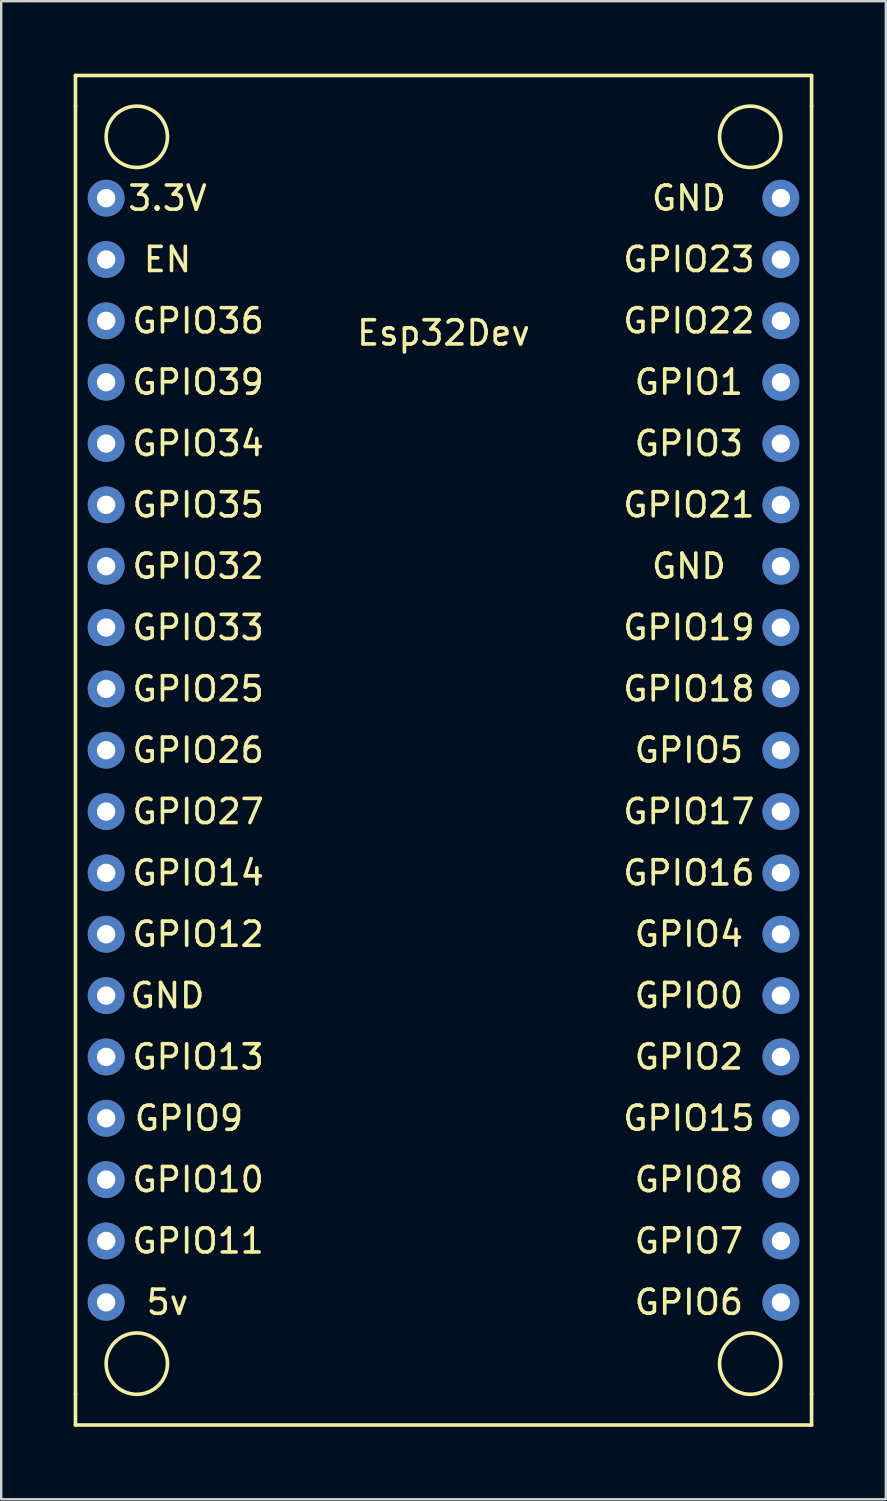
<source format=kicad_pcb>
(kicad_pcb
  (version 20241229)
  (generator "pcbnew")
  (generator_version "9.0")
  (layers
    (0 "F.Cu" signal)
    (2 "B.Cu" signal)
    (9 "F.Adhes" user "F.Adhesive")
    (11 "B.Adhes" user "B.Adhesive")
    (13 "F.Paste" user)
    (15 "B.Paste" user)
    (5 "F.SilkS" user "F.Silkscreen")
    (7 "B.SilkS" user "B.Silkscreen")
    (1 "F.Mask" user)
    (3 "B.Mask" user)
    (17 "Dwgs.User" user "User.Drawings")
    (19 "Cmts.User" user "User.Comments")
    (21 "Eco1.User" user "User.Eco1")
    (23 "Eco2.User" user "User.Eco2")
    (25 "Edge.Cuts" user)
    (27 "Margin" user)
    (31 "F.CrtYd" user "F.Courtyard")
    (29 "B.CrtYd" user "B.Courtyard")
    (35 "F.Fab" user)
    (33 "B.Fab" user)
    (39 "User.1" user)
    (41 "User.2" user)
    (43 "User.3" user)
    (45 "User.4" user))
  (footprint "Esp32Dev"
    (layer "F.Cu")
    (at 15.315 31.825)
    (property "Reference" "Esp32Dev" (at 0 -21.09 0) (layer "F.SilkS") (effects (font (size 1 1) (thickness 0.15))))
    (attr through_hole)
    (fp_line (start -15.24 -31.75) (end 15.24 -31.75) (stroke (width 0.15) (type solid)) (layer "F.SilkS"))
    (fp_line (start -15.24 -30.48) (end -15.24 -31.75) (stroke (width 0.15) (type solid)) (layer "F.SilkS"))
    (fp_line (start -15.24 22.86) (end -15.24 -30.48) (stroke (width 0.15) (type solid)) (layer "F.SilkS"))
    (fp_line (start -15.24 22.86) (end -15.24 24.13) (stroke (width 0.15) (type solid)) (layer "F.SilkS"))
    (fp_line (start -15.24 24.13) (end 15.24 24.13) (stroke (width 0.15) (type solid)) (layer "F.SilkS"))
    (fp_line (start 15.24 -31.75) (end 15.24 -30.48) (stroke (width 0.15) (type solid)) (layer "F.SilkS"))
    (fp_line (start 15.24 -30.48) (end 15.24 22.86) (stroke (width 0.15) (type solid)) (layer "F.SilkS"))
    (fp_line (start 15.24 24.13) (end 15.24 22.86) (stroke (width 0.15) (type solid)) (layer "F.SilkS"))
    (fp_circle (center -12.7 -29.21) (end -11.43 -29.21) (stroke (width 0.15) (type solid)) (fill no) (layer "F.SilkS"))
    (fp_circle (center -12.7 21.59) (end -11.43 21.59) (stroke (width 0.15) (type solid)) (fill no) (layer "F.SilkS"))
    (fp_circle (center 12.7 -29.21) (end 12.7 -27.94) (stroke (width 0.15) (type solid)) (fill no) (layer "F.SilkS"))
    (fp_circle (center 12.7 21.59) (end 13.97 21.59) (stroke (width 0.15) (type solid)) (fill no) (layer "F.SilkS"))
    (fp_text user "GPIO19" (at 10.16 -8.89 0) (layer "F.SilkS") (effects (font (size 1 1) (thickness 0.15))))
    (fp_text user "GPIO21" (at 10.16 -13.97 0) (layer "F.SilkS") (effects (font (size 1 1) (thickness 0.15))))
    (fp_text user "GPIO35" (at -10.16 -13.97 0) (layer "F.SilkS") (effects (font (size 1 1) (thickness 0.15))))
    (fp_text user "GPIO9 " (at -10.16 11.43 0) (layer "F.SilkS") (effects (font (size 1 1) (thickness 0.15))))
    (fp_text user "GPIO5" (at 10.16 -3.81 0) (layer "F.SilkS") (effects (font (size 1 1) (thickness 0.15))))
    (fp_text user "GPIO15" (at 10.16 11.43 0) (layer "F.SilkS") (effects (font (size 1 1) (thickness 0.15))))
    (fp_text user "GPIO27" (at -10.16 -1.27 0) (layer "F.SilkS") (effects (font (size 1 1) (thickness 0.15))))
    (fp_text user "GPIO0" (at 10.16 6.35 0) (layer "F.SilkS") (effects (font (size 1 1) (thickness 0.15))))
    (fp_text user "GPIO17" (at 10.16 -1.27 0) (layer "F.SilkS") (effects (font (size 1 1) (thickness 0.15))))
    (fp_text user "GPIO14" (at -10.16 1.27 0) (layer "F.SilkS") (effects (font (size 1 1) (thickness 0.15))))
    (fp_text user "GPIO11" (at -10.16 16.51 0) (layer "F.SilkS") (effects (font (size 1 1) (thickness 0.15))))
    (fp_text user "GPIO26" (at -10.16 -3.81 0) (layer "F.SilkS") (effects (font (size 1 1) (thickness 0.15))))
    (fp_text user "GPIO22" (at 10.16 -21.59 0) (layer "F.SilkS") (effects (font (size 1 1) (thickness 0.15))))
    (fp_text user "GPIO10" (at -10.16 13.97 0) (layer "F.SilkS") (effects (font (size 1 1) (thickness 0.15))))
    (fp_text user "GPIO36" (at -10.16 -21.59 0) (layer "F.SilkS") (effects (font (size 1 1) (thickness 0.15))))
    (fp_text user "GND" (at 10.16 -26.67 0) (layer "F.SilkS") (effects (font (size 1 1) (thickness 0.15))))
    (fp_text user "GPIO3" (at 10.16 -16.51 0) (layer "F.SilkS") (effects (font (size 1 1) (thickness 0.15))))
    (fp_text user "GND" (at -11.43 6.35 0) (layer "F.SilkS") (effects (font (size 1 1) (thickness 0.15))))
    (fp_text user "GPIO39" (at -10.16 -19.05 0) (layer "F.SilkS") (effects (font (size 1 1) (thickness 0.15))))
    (fp_text user "GND" (at 10.16 -11.43 0) (layer "F.SilkS") (effects (font (size 1 1) (thickness 0.15))))
    (fp_text user "GPIO18" (at 10.16 -6.35 0) (layer "F.SilkS") (effects (font (size 1 1) (thickness 0.15))))
    (fp_text user "GPIO34" (at -10.16 -16.51 0) (layer "F.SilkS") (effects (font (size 1 1) (thickness 0.15))))
    (fp_text user "GPIO23" (at 10.16 -24.13 0) (layer "F.SilkS") (effects (font (size 1 1) (thickness 0.15))))
    (fp_text user "GPIO33" (at -10.16 -8.89 0) (layer "F.SilkS") (effects (font (size 1 1) (thickness 0.15))))
    (fp_text user "GPIO4" (at 10.16 3.81 0) (layer "F.SilkS") (effects (font (size 1 1) (thickness 0.15))))
    (fp_text user "GPIO6" (at 10.16 19.05 0) (layer "F.SilkS") (effects (font (size 1 1) (thickness 0.15))))
    (fp_text user "GPIO32" (at -10.16 -11.43 0) (layer "F.SilkS") (effects (font (size 1 1) (thickness 0.15))))
    (fp_text user "5v" (at -11.43 19.05 0) (layer "F.SilkS") (effects (font (size 1 1) (thickness 0.15))))
    (fp_text user "GPIO7" (at 10.16 16.51 0) (layer "F.SilkS") (effects (font (size 1 1) (thickness 0.15))))
    (fp_text user "GPIO12" (at -10.16 3.81 0) (layer "F.SilkS") (effects (font (size 1 1) (thickness 0.15))))
    (fp_text user "3.3V" (at -11.43 -26.67 0) (layer "F.SilkS") (effects (font (size 1 1) (thickness 0.15))))
    (fp_text user "EN" (at -11.43 -24.13 0) (layer "F.SilkS") (effects (font (size 1 1) (thickness 0.15))))
    (fp_text user "GPIO8" (at 10.16 13.97 0) (layer "F.SilkS") (effects (font (size 1 1) (thickness 0.15))))
    (fp_text user "GPIO13" (at -10.16 8.89 0) (layer "F.SilkS") (effects (font (size 1 1) (thickness 0.15))))
    (fp_text user "GPIO1" (at 10.16 -19.05 0) (layer "F.SilkS") (effects (font (size 1 1) (thickness 0.15))))
    (fp_text user "GPIO2" (at 10.16 8.89 0) (layer "F.SilkS") (effects (font (size 1 1) (thickness 0.15))))
    (fp_text user "GPIO25" (at -10.16 -6.35 0) (layer "F.SilkS") (effects (font (size 1 1) (thickness 0.15))))
    (fp_text user "GPIO16" (at 10.16 1.27 0) (layer "F.SilkS") (effects (font (size 1 1) (thickness 0.15))))
    (pad "1" thru_hole circle (at -13.97 19.05) (size 1.524 1.524) (drill 0.762) (layers "*.Cu" "*.Mask"))
    (pad "2" thru_hole circle (at -13.97 16.51) (size 1.524 1.524) (drill 0.762) (layers "*.Cu" "*.Mask"))
    (pad "3" thru_hole circle (at -13.97 13.97) (size 1.524 1.524) (drill 0.762) (layers "*.Cu" "*.Mask"))
    (pad "4" thru_hole circle (at -13.97 11.43) (size 1.524 1.524) (drill 0.762) (layers "*.Cu" "*.Mask"))
    (pad "5" thru_hole circle (at -13.97 8.89) (size 1.524 1.524) (drill 0.762) (layers "*.Cu" "*.Mask"))
    (pad "6" thru_hole circle (at -13.97 6.35) (size 1.524 1.524) (drill 0.762) (layers "*.Cu" "*.Mask"))
    (pad "7" thru_hole circle (at -13.97 3.81) (size 1.524 1.524) (drill 0.762) (layers "*.Cu" "*.Mask"))
    (pad "8" thru_hole circle (at -13.97 1.27) (size 1.524 1.524) (drill 0.762) (layers "*.Cu" "*.Mask"))
    (pad "9" thru_hole circle (at -13.97 -1.27) (size 1.524 1.524) (drill 0.762) (layers "*.Cu" "*.Mask"))
    (pad "10" thru_hole circle (at -13.97 -3.81) (size 1.524 1.524) (drill 0.762) (layers "*.Cu" "*.Mask"))
    (pad "11" thru_hole circle (at -13.97 -6.35) (size 1.524 1.524) (drill 0.762) (layers "*.Cu" "*.Mask"))
    (pad "12" thru_hole circle (at -13.97 -8.89) (size 1.524 1.524) (drill 0.762) (layers "*.Cu" "*.Mask"))
    (pad "13" thru_hole circle (at -13.97 -11.43) (size 1.524 1.524) (drill 0.762) (layers "*.Cu" "*.Mask"))
    (pad "14" thru_hole circle (at -13.97 -13.97) (size 1.524 1.524) (drill 0.762) (layers "*.Cu" "*.Mask"))
    (pad "15" thru_hole circle (at -13.97 -16.51) (size 1.524 1.524) (drill 0.762) (layers "*.Cu" "*.Mask"))
    (pad "16" thru_hole circle (at -13.97 -19.05) (size 1.524 1.524) (drill 0.762) (layers "*.Cu" "*.Mask"))
    (pad "17" thru_hole circle (at -13.97 -21.59) (size 1.524 1.524) (drill 0.762) (layers "*.Cu" "*.Mask"))
    (pad "18" thru_hole circle (at -13.97 -24.13) (size 1.524 1.524) (drill 0.762) (layers "*.Cu" "*.Mask"))
    (pad "19" thru_hole circle (at -13.97 -26.67) (size 1.524 1.524) (drill 0.762) (layers "*.Cu" "*.Mask"))
    (pad "20" thru_hole circle (at 13.97 -26.67) (size 1.524 1.524) (drill 0.762) (layers "*.Cu" "*.Mask"))
    (pad "21" thru_hole circle (at 13.97 -24.13) (size 1.524 1.524) (drill 0.762) (layers "*.Cu" "*.Mask"))
    (pad "22" thru_hole circle (at 13.97 -21.59) (size 1.524 1.524) (drill 0.762) (layers "*.Cu" "*.Mask"))
    (pad "23" thru_hole circle (at 13.97 -19.05) (size 1.524 1.524) (drill 0.762) (layers "*.Cu" "*.Mask"))
    (pad "24" thru_hole circle (at 13.97 -16.51) (size 1.524 1.524) (drill 0.762) (layers "*.Cu" "*.Mask"))
    (pad "25" thru_hole circle (at 13.97 -13.97) (size 1.524 1.524) (drill 0.762) (layers "*.Cu" "*.Mask"))
    (pad "26" thru_hole circle (at 13.97 -11.43) (size 1.524 1.524) (drill 0.762) (layers "*.Cu" "*.Mask"))
    (pad "27" thru_hole circle (at 13.97 -8.89) (size 1.524 1.524) (drill 0.762) (layers "*.Cu" "*.Mask"))
    (pad "28" thru_hole circle (at 13.97 -6.35) (size 1.524 1.524) (drill 0.762) (layers "*.Cu" "*.Mask"))
    (pad "29" thru_hole circle (at 13.97 -3.81) (size 1.524 1.524) (drill 0.762) (layers "*.Cu" "*.Mask"))
    (pad "30" thru_hole circle (at 13.97 -1.27) (size 1.524 1.524) (drill 0.762) (layers "*.Cu" "*.Mask"))
    (pad "31" thru_hole circle (at 13.97 1.27) (size 1.524 1.524) (drill 0.762) (layers "*.Cu" "*.Mask"))
    (pad "32" thru_hole circle (at 13.97 3.81) (size 1.524 1.524) (drill 0.762) (layers "*.Cu" "*.Mask"))
    (pad "33" thru_hole circle (at 13.97 6.35) (size 1.524 1.524) (drill 0.762) (layers "*.Cu" "*.Mask"))
    (pad "34" thru_hole circle (at 13.97 8.89) (size 1.524 1.524) (drill 0.762) (layers "*.Cu" "*.Mask"))
    (pad "35" thru_hole circle (at 13.97 11.43) (size 1.524 1.524) (drill 0.762) (layers "*.Cu" "*.Mask"))
    (pad "36" thru_hole circle (at 13.97 13.97) (size 1.524 1.524) (drill 0.762) (layers "*.Cu" "*.Mask"))
    (pad "37" thru_hole circle (at 13.97 16.51) (size 1.524 1.524) (drill 0.762) (layers "*.Cu" "*.Mask"))
    (pad "38" thru_hole circle (at 13.97 19.05) (size 1.524 1.524) (drill 0.762) (layers "*.Cu" "*.Mask")))
  (gr_rect
    (start -3 -3)
    (end 33.63 59.03)
    (stroke (width 0.1) (type default))
    (fill no)
    (layer "Edge.Cuts")))
</source>
